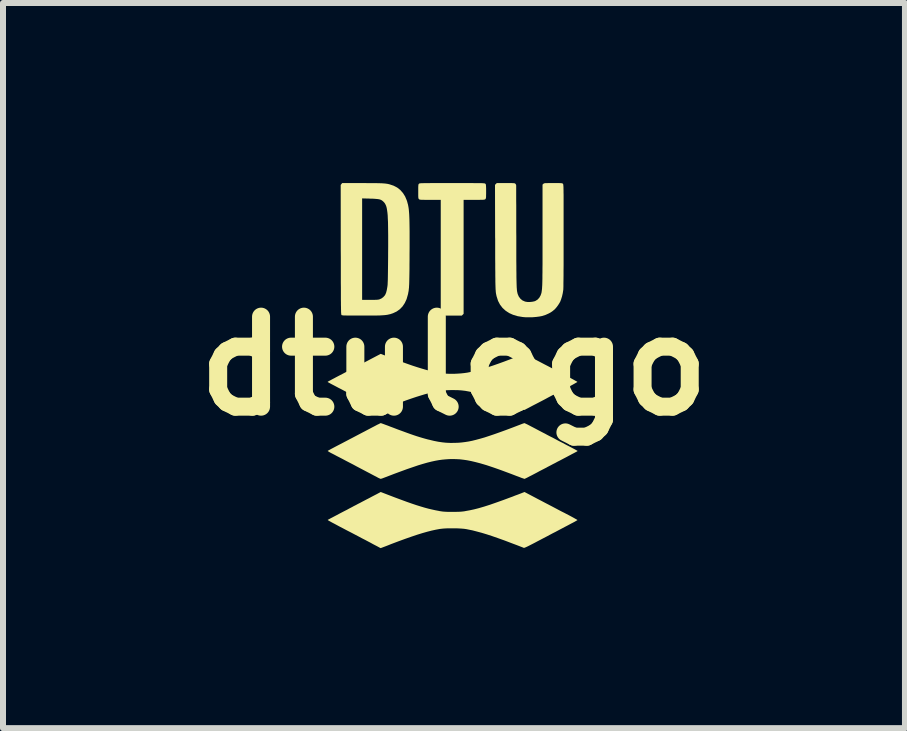
<source format=kicad_pcb>
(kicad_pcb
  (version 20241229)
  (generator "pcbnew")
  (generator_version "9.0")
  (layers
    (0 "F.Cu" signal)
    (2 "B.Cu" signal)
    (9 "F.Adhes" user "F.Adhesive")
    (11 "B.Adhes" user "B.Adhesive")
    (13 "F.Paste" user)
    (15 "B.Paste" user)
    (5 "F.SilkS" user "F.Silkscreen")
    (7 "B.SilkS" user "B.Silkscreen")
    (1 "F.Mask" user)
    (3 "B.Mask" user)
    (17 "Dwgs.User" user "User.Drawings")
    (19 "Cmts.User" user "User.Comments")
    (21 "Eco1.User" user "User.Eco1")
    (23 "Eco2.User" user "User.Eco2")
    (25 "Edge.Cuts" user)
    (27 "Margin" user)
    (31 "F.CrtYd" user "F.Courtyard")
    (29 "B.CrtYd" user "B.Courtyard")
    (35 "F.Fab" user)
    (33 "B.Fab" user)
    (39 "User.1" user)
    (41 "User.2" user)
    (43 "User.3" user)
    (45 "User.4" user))
  (footprint "dtulogo"
    (layer "F.Cu")
    (at 4.514 3.048)
    (property "Reference" "dtulogo" (at 0 0 0) (layer "F.SilkS") (effects (font (size 1.5 1.5) (thickness 0.3))))
    (attr board_only exclude_from_pos_files exclude_from_bom)
    (fp_poly (pts (xy 0.063 -3.048) (xy 0.144 -3.048) (xy 0.215 -3.048) (xy 0.276 -3.048) (xy 0.329 -3.047) (xy 0.373 -3.047) (xy 0.409 -3.047) (xy 0.439 -3.046) (xy 0.463 -3.046) (xy 0.482 -3.045) (xy 0.496 -3.044) (xy 0.506 -3.043) (xy 0.513 -3.042) (xy 0.518 -3.04) (xy 0.521 -3.038) (xy 0.523 -3.036) (xy 0.524 -3.036) (xy 0.528 -3.031) (xy 0.531 -3.025) (xy 0.533 -3.015) (xy 0.534 -3.001) (xy 0.535 -2.98) (xy 0.536 -2.951) (xy 0.536 -2.911) (xy 0.536 -2.908) (xy 0.536 -2.868) (xy 0.535 -2.838) (xy 0.535 -2.816) (xy 0.533 -2.801) (xy 0.531 -2.792) (xy 0.528 -2.785) (xy 0.524 -2.78) (xy 0.524 -2.78) (xy 0.52 -2.776) (xy 0.515 -2.774) (xy 0.507 -2.772) (xy 0.496 -2.77) (xy 0.479 -2.769) (xy 0.456 -2.769) (xy 0.425 -2.768) (xy 0.385 -2.768) (xy 0.336 -2.768) (xy 0.161 -2.768) (xy 0.161 -1.818) (xy 0.161 -0.869) (xy 0.146 -0.854) (xy 0.131 -0.839) (xy -0.032 -0.839) (xy -0.196 -0.839) (xy -0.208 -0.855) (xy -0.22 -0.871) (xy -0.22 -1.819) (xy -0.22 -2.768) (xy -0.396 -2.768) (xy -0.446 -2.768) (xy -0.486 -2.768) (xy -0.517 -2.769) (xy -0.54 -2.769) (xy -0.556 -2.77) (xy -0.567 -2.772) (xy -0.575 -2.774) (xy -0.58 -2.777) (xy -0.583 -2.78) (xy -0.587 -2.785) (xy -0.591 -2.791) (xy -0.593 -2.8) (xy -0.594 -2.815) (xy -0.595 -2.836) (xy -0.595 -2.865) (xy -0.595 -2.904) (xy -0.595 -2.908) (xy -0.595 -2.948) (xy -0.595 -2.978) (xy -0.594 -3) (xy -0.593 -3.014) (xy -0.591 -3.024) (xy -0.588 -3.031) (xy -0.584 -3.035) (xy -0.583 -3.036) (xy -0.581 -3.038) (xy -0.578 -3.04) (xy -0.574 -3.041) (xy -0.568 -3.043) (xy -0.558 -3.044) (xy -0.545 -3.045) (xy -0.528 -3.045) (xy -0.506 -3.046) (xy -0.478 -3.047) (xy -0.443 -3.047) (xy -0.401 -3.047) (xy -0.351 -3.048) (xy -0.292 -3.048) (xy -0.224 -3.048) (xy -0.146 -3.048) (xy -0.056 -3.048) (xy -0.03 -3.048)) (stroke (width 0) (type solid)) (fill yes) (layer "F.SilkS"))
    (fp_poly (pts (xy -1.531 -3.048) (xy -1.453 -3.047) (xy -1.385 -3.047) (xy -1.328 -3.047) (xy -1.279 -3.046) (xy -1.238 -3.045) (xy -1.203 -3.044) (xy -1.173 -3.042) (xy -1.148 -3.04) (xy -1.126 -3.037) (xy -1.106 -3.034) (xy -1.087 -3.03) (xy -1.072 -3.026) (xy -1.006 -3.004) (xy -0.946 -2.973) (xy -0.894 -2.932) (xy -0.85 -2.882) (xy -0.814 -2.825) (xy -0.787 -2.761) (xy -0.779 -2.737) (xy -0.773 -2.713) (xy -0.766 -2.689) (xy -0.761 -2.663) (xy -0.756 -2.635) (xy -0.752 -2.604) (xy -0.749 -2.569) (xy -0.746 -2.53) (xy -0.744 -2.486) (xy -0.742 -2.435) (xy -0.741 -2.378) (xy -0.74 -2.314) (xy -0.739 -2.242) (xy -0.739 -2.16) (xy -0.739 -2.069) (xy -0.739 -1.967) (xy -0.74 -1.869) (xy -0.74 -1.773) (xy -0.741 -1.689) (xy -0.741 -1.614) (xy -0.742 -1.549) (xy -0.743 -1.492) (xy -0.744 -1.443) (xy -0.745 -1.401) (xy -0.746 -1.364) (xy -0.748 -1.333) (xy -0.749 -1.306) (xy -0.752 -1.282) (xy -0.754 -1.26) (xy -0.757 -1.241) (xy -0.761 -1.222) (xy -0.764 -1.203) (xy -0.768 -1.188) (xy -0.789 -1.114) (xy -0.819 -1.049) (xy -0.856 -0.993) (xy -0.901 -0.946) (xy -0.954 -0.908) (xy -1.015 -0.879) (xy -1.063 -0.863) (xy -1.083 -0.859) (xy -1.103 -0.854) (xy -1.123 -0.851) (xy -1.145 -0.848) (xy -1.17 -0.846) (xy -1.199 -0.844) (xy -1.234 -0.842) (xy -1.274 -0.841) (xy -1.322 -0.84) (xy -1.379 -0.84) (xy -1.445 -0.84) (xy -1.522 -0.84) (xy -1.53 -0.84) (xy -1.603 -0.84) (xy -1.665 -0.84) (xy -1.717 -0.84) (xy -1.759 -0.84) (xy -1.794 -0.841) (xy -1.82 -0.841) (xy -1.84 -0.842) (xy -1.855 -0.844) (xy -1.865 -0.845) (xy -1.871 -0.847) (xy -1.872 -0.848) (xy -1.874 -0.849) (xy -1.875 -0.851) (xy -1.876 -0.854) (xy -1.877 -0.859) (xy -1.878 -0.865) (xy -1.879 -0.875) (xy -1.88 -0.888) (xy -1.881 -0.904) (xy -1.881 -0.925) (xy -1.882 -0.95) (xy -1.882 -0.981) (xy -1.883 -1.018) (xy -1.883 -1.06) (xy -1.884 -1.11) (xy -1.884 -1.167) (xy -1.884 -1.232) (xy -1.884 -1.305) (xy -1.885 -1.387) (xy -1.885 -1.478) (xy -1.885 -1.579) (xy -1.885 -1.691) (xy -1.885 -1.813) (xy -1.886 -1.936) (xy -1.886 -1.947) (xy -1.53 -1.947) (xy -1.53 -1.101) (xy -1.4 -1.101) (xy -1.353 -1.101) (xy -1.315 -1.102) (xy -1.287 -1.103) (xy -1.265 -1.105) (xy -1.248 -1.108) (xy -1.239 -1.111) (xy -1.208 -1.125) (xy -1.179 -1.146) (xy -1.154 -1.173) (xy -1.143 -1.191) (xy -1.13 -1.222) (xy -1.119 -1.265) (xy -1.11 -1.317) (xy -1.107 -1.339) (xy -1.105 -1.359) (xy -1.104 -1.39) (xy -1.102 -1.432) (xy -1.101 -1.487) (xy -1.1 -1.553) (xy -1.099 -1.631) (xy -1.098 -1.721) (xy -1.097 -1.822) (xy -1.097 -1.869) (xy -1.096 -1.984) (xy -1.096 -2.087) (xy -1.096 -2.18) (xy -1.097 -2.263) (xy -1.098 -2.337) (xy -1.099 -2.401) (xy -1.102 -2.458) (xy -1.104 -2.508) (xy -1.108 -2.551) (xy -1.113 -2.588) (xy -1.118 -2.62) (xy -1.124 -2.647) (xy -1.131 -2.669) (xy -1.14 -2.689) (xy -1.149 -2.706) (xy -1.159 -2.72) (xy -1.171 -2.733) (xy -1.179 -2.741) (xy -1.193 -2.753) (xy -1.208 -2.763) (xy -1.225 -2.771) (xy -1.245 -2.777) (xy -1.271 -2.781) (xy -1.303 -2.784) (xy -1.344 -2.787) (xy -1.395 -2.788) (xy -1.4 -2.789) (xy -1.53 -2.792) (xy -1.53 -1.947) (xy -1.886 -1.947) (xy -1.887 -3.016) (xy -1.875 -3.032) (xy -1.862 -3.048)) (stroke (width 0) (type solid)) (fill yes) (layer "F.SilkS"))
    (fp_poly (pts (xy 1.398 -0.085) (xy 1.497 -0.033) (xy 1.586 0.013) (xy 1.666 0.055) (xy 1.736 0.092) (xy 1.798 0.125) (xy 1.852 0.153) (xy 1.898 0.177) (xy 1.937 0.198) (xy 1.97 0.216) (xy 1.996 0.23) (xy 2.017 0.242) (xy 2.033 0.251) (xy 2.045 0.257) (xy 2.052 0.262) (xy 2.056 0.265) (xy 2.057 0.266) (xy 2.052 0.27) (xy 2.037 0.278) (xy 2.015 0.291) (xy 1.987 0.307) (xy 1.954 0.325) (xy 1.923 0.341) (xy 1.889 0.359) (xy 1.847 0.381) (xy 1.797 0.407) (xy 1.743 0.435) (xy 1.685 0.465) (xy 1.626 0.496) (xy 1.567 0.527) (xy 1.527 0.549) (xy 1.474 0.577) (xy 1.422 0.604) (xy 1.374 0.629) (xy 1.329 0.652) (xy 1.291 0.672) (xy 1.259 0.689) (xy 1.235 0.702) (xy 1.221 0.709) (xy 1.22 0.709) (xy 1.176 0.733) (xy 1.042 0.681) (xy 0.921 0.635) (xy 0.811 0.594) (xy 0.709 0.558) (xy 0.616 0.526) (xy 0.531 0.499) (xy 0.452 0.475) (xy 0.378 0.455) (xy 0.31 0.438) (xy 0.246 0.425) (xy 0.186 0.414) (xy 0.176 0.413) (xy 0.126 0.407) (xy 0.069 0.403) (xy 0.007 0.402) (xy -0.057 0.402) (xy -0.119 0.404) (xy -0.176 0.408) (xy -0.226 0.413) (xy -0.239 0.415) (xy -0.298 0.426) (xy -0.357 0.439) (xy -0.419 0.454) (xy -0.484 0.471) (xy -0.553 0.492) (xy -0.627 0.515) (xy -0.708 0.542) (xy -0.794 0.572) (xy -0.889 0.607) (xy -0.992 0.645) (xy -1.105 0.688) (xy -1.155 0.708) (xy -1.18 0.717) (xy -1.201 0.725) (xy -1.215 0.73) (xy -1.22 0.732) (xy -1.226 0.729) (xy -1.241 0.722) (xy -1.263 0.71) (xy -1.291 0.696) (xy -1.323 0.679) (xy -1.333 0.674) (xy -1.374 0.652) (xy -1.419 0.629) (xy -1.464 0.605) (xy -1.505 0.584) (xy -1.533 0.569) (xy -1.561 0.554) (xy -1.598 0.535) (xy -1.641 0.512) (xy -1.688 0.488) (xy -1.736 0.462) (xy -1.783 0.438) (xy -1.792 0.433) (xy -1.837 0.409) (xy -1.882 0.385) (xy -1.926 0.363) (xy -1.965 0.342) (xy -1.999 0.324) (xy -2.024 0.311) (xy -2.03 0.308) (xy -2.056 0.294) (xy -2.078 0.282) (xy -2.094 0.273) (xy -2.103 0.268) (xy -2.103 0.268) (xy -2.104 0.267) (xy -2.105 0.266) (xy -2.104 0.265) (xy -2.101 0.262) (xy -2.096 0.259) (xy -2.087 0.253) (xy -2.073 0.246) (xy -2.054 0.236) (xy -2.029 0.222) (xy -1.998 0.206) (xy -1.959 0.185) (xy -1.911 0.16) (xy -1.855 0.131) (xy -1.798 0.101) (xy -1.739 0.07) (xy -1.678 0.038) (xy -1.616 0.006) (xy -1.555 -0.026) (xy -1.497 -0.057) (xy -1.444 -0.084) (xy -1.399 -0.108) (xy -1.382 -0.117) (xy -1.22 -0.202) (xy -1.111 -0.16) (xy -0.994 -0.115) (xy -0.886 -0.075) (xy -0.787 -0.039) (xy -0.696 -0.007) (xy -0.613 0.02) (xy -0.535 0.044) (xy -0.463 0.065) (xy -0.396 0.082) (xy -0.332 0.097) (xy -0.27 0.109) (xy -0.211 0.119) (xy -0.165 0.125) (xy -0.119 0.129) (xy -0.064 0.131) (xy -0.005 0.131) (xy 0.057 0.128) (xy 0.118 0.124) (xy 0.174 0.118) (xy 0.223 0.111) (xy 0.223 0.111) (xy 0.286 0.098) (xy 0.351 0.083) (xy 0.417 0.066) (xy 0.488 0.045) (xy 0.563 0.022) (xy 0.645 -0.005) (xy 0.734 -0.036) (xy 0.831 -0.071) (xy 0.921 -0.105) (xy 0.966 -0.122) (xy 1.01 -0.138) (xy 1.05 -0.154) (xy 1.085 -0.167) (xy 1.113 -0.178) (xy 1.132 -0.185) (xy 1.137 -0.187) (xy 1.175 -0.202)) (stroke (width 0) (type solid)) (fill yes) (layer "F.SilkS"))
    (fp_poly (pts (xy -1.088 2.151) (xy -0.978 2.193) (xy -0.878 2.23) (xy -0.786 2.264) (xy -0.703 2.293) (xy -0.626 2.319) (xy -0.555 2.341) (xy -0.488 2.361) (xy -0.425 2.378) (xy -0.365 2.392) (xy -0.306 2.405) (xy -0.247 2.416) (xy -0.241 2.418) (xy -0.213 2.422) (xy -0.186 2.426) (xy -0.159 2.428) (xy -0.129 2.43) (xy -0.093 2.431) (xy -0.049 2.431) (xy -0.027 2.431) (xy 0.024 2.431) (xy 0.066 2.43) (xy 0.102 2.429) (xy 0.136 2.426) (xy 0.17 2.422) (xy 0.207 2.415) (xy 0.251 2.407) (xy 0.268 2.404) (xy 0.337 2.389) (xy 0.415 2.369) (xy 0.504 2.343) (xy 0.601 2.312) (xy 0.707 2.275) (xy 0.822 2.234) (xy 0.932 2.193) (xy 0.976 2.177) (xy 1.018 2.16) (xy 1.057 2.146) (xy 1.091 2.133) (xy 1.117 2.123) (xy 1.135 2.116) (xy 1.137 2.115) (xy 1.176 2.1) (xy 1.36 2.197) (xy 1.407 2.222) (xy 1.454 2.246) (xy 1.499 2.27) (xy 1.541 2.292) (xy 1.576 2.31) (xy 1.604 2.325) (xy 1.616 2.331) (xy 1.639 2.343) (xy 1.671 2.36) (xy 1.709 2.38) (xy 1.752 2.403) (xy 1.798 2.427) (xy 1.846 2.451) (xy 1.874 2.466) (xy 1.917 2.488) (xy 1.956 2.509) (xy 1.991 2.528) (xy 2.019 2.544) (xy 2.041 2.556) (xy 2.054 2.564) (xy 2.058 2.568) (xy 2.052 2.572) (xy 2.038 2.58) (xy 2.016 2.593) (xy 1.988 2.608) (xy 1.955 2.625) (xy 1.94 2.633) (xy 1.899 2.655) (xy 1.851 2.68) (xy 1.8 2.707) (xy 1.749 2.734) (xy 1.702 2.759) (xy 1.691 2.765) (xy 1.651 2.785) (xy 1.604 2.81) (xy 1.552 2.838) (xy 1.496 2.867) (xy 1.441 2.896) (xy 1.387 2.924) (xy 1.365 2.936) (xy 1.313 2.963) (xy 1.27 2.985) (xy 1.235 3.003) (xy 1.209 3.015) (xy 1.189 3.024) (xy 1.176 3.029) (xy 1.167 3.031) (xy 1.163 3.031) (xy 1.155 3.027) (xy 1.137 3.02) (xy 1.111 3.01) (xy 1.078 2.997) (xy 1.039 2.982) (xy 0.996 2.966) (xy 0.964 2.954) (xy 0.846 2.909) (xy 0.737 2.87) (xy 0.637 2.835) (xy 0.545 2.805) (xy 0.459 2.779) (xy 0.38 2.758) (xy 0.307 2.739) (xy 0.237 2.725) (xy 0.208 2.719) (xy 0.167 2.713) (xy 0.116 2.709) (xy 0.059 2.706) (xy -0.001 2.705) (xy -0.062 2.705) (xy -0.121 2.706) (xy -0.175 2.709) (xy -0.221 2.714) (xy -0.237 2.716) (xy -0.302 2.728) (xy -0.371 2.743) (xy -0.445 2.762) (xy -0.526 2.785) (xy -0.613 2.812) (xy -0.708 2.844) (xy -0.811 2.88) (xy -0.923 2.921) (xy -1.045 2.967) (xy -1.097 2.988) (xy -1.133 3.002) (xy -1.165 3.014) (xy -1.191 3.024) (xy -1.21 3.031) (xy -1.221 3.035) (xy -1.222 3.035) (xy -1.228 3.032) (xy -1.242 3.025) (xy -1.262 3.014) (xy -1.288 3) (xy -1.298 2.995) (xy -1.346 2.97) (xy -1.391 2.945) (xy -1.437 2.921) (xy -1.484 2.896) (xy -1.535 2.87) (xy -1.591 2.84) (xy -1.654 2.807) (xy -1.711 2.777) (xy -1.787 2.738) (xy -1.853 2.703) (xy -1.909 2.674) (xy -1.957 2.648) (xy -1.996 2.627) (xy -2.029 2.61) (xy -2.054 2.596) (xy -2.074 2.585) (xy -2.088 2.577) (xy -2.097 2.571) (xy -2.102 2.567) (xy -2.103 2.565) (xy -2.103 2.565) (xy -2.097 2.561) (xy -2.081 2.553) (xy -2.058 2.54) (xy -2.027 2.524) (xy -1.991 2.505) (xy -1.951 2.484) (xy -1.914 2.464) (xy -1.868 2.44) (xy -1.824 2.417) (xy -1.782 2.396) (xy -1.746 2.376) (xy -1.715 2.36) (xy -1.692 2.348) (xy -1.682 2.342) (xy -1.663 2.332) (xy -1.635 2.318) (xy -1.602 2.3) (xy -1.564 2.281) (xy -1.525 2.26) (xy -1.5 2.247) (xy -1.458 2.225) (xy -1.415 2.203) (xy -1.374 2.181) (xy -1.336 2.161) (xy -1.305 2.145) (xy -1.293 2.139) (xy -1.22 2.1)) (stroke (width 0) (type solid)) (fill yes) (layer "F.SilkS"))
    (fp_poly (pts (xy 0.909 -3.048) (xy 0.945 -3.048) (xy 0.971 -3.047) (xy 0.991 -3.046) (xy 1.004 -3.045) (xy 1.013 -3.043) (xy 1.019 -3.04) (xy 1.023 -3.037) (xy 1.024 -3.036) (xy 1.033 -3.023) (xy 1.036 -3.014) (xy 1.037 -3.006) (xy 1.037 -2.988) (xy 1.037 -2.959) (xy 1.037 -2.921) (xy 1.037 -2.873) (xy 1.037 -2.816) (xy 1.037 -2.752) (xy 1.038 -2.681) (xy 1.038 -2.603) (xy 1.038 -2.519) (xy 1.038 -2.431) (xy 1.038 -2.338) (xy 1.038 -2.241) (xy 1.039 -2.161) (xy 1.039 -2.041) (xy 1.039 -1.932) (xy 1.039 -1.834) (xy 1.039 -1.746) (xy 1.04 -1.667) (xy 1.04 -1.598) (xy 1.041 -1.536) (xy 1.041 -1.482) (xy 1.042 -1.435) (xy 1.043 -1.395) (xy 1.044 -1.36) (xy 1.045 -1.33) (xy 1.046 -1.305) (xy 1.048 -1.284) (xy 1.049 -1.266) (xy 1.051 -1.25) (xy 1.053 -1.237) (xy 1.056 -1.225) (xy 1.058 -1.214) (xy 1.061 -1.204) (xy 1.062 -1.199) (xy 1.08 -1.157) (xy 1.107 -1.121) (xy 1.14 -1.093) (xy 1.18 -1.075) (xy 1.193 -1.071) (xy 1.227 -1.066) (xy 1.266 -1.066) (xy 1.305 -1.07) (xy 1.339 -1.077) (xy 1.356 -1.083) (xy 1.392 -1.105) (xy 1.422 -1.137) (xy 1.444 -1.176) (xy 1.458 -1.217) (xy 1.46 -1.229) (xy 1.462 -1.242) (xy 1.464 -1.257) (xy 1.466 -1.273) (xy 1.468 -1.293) (xy 1.469 -1.316) (xy 1.471 -1.344) (xy 1.472 -1.376) (xy 1.473 -1.413) (xy 1.474 -1.457) (xy 1.474 -1.506) (xy 1.475 -1.563) (xy 1.475 -1.628) (xy 1.476 -1.701) (xy 1.476 -1.784) (xy 1.476 -1.875) (xy 1.476 -1.977) (xy 1.476 -2.09) (xy 1.476 -2.191) (xy 1.476 -3.022) (xy 1.49 -3.035) (xy 1.495 -3.039) (xy 1.5 -3.042) (xy 1.508 -3.044) (xy 1.519 -3.046) (xy 1.536 -3.047) (xy 1.559 -3.047) (xy 1.591 -3.048) (xy 1.632 -3.048) (xy 1.654 -3.048) (xy 1.7 -3.048) (xy 1.736 -3.048) (xy 1.763 -3.047) (xy 1.782 -3.046) (xy 1.796 -3.045) (xy 1.804 -3.043) (xy 1.81 -3.04) (xy 1.815 -3.037) (xy 1.816 -3.036) (xy 1.817 -3.034) (xy 1.819 -3.032) (xy 1.82 -3.028) (xy 1.821 -3.023) (xy 1.822 -3.016) (xy 1.823 -3.005) (xy 1.824 -2.992) (xy 1.825 -2.974) (xy 1.825 -2.952) (xy 1.826 -2.924) (xy 1.826 -2.891) (xy 1.827 -2.851) (xy 1.827 -2.805) (xy 1.827 -2.75) (xy 1.827 -2.688) (xy 1.827 -2.617) (xy 1.827 -2.537) (xy 1.827 -2.447) (xy 1.827 -2.347) (xy 1.827 -2.235) (xy 1.827 -2.172) (xy 1.827 -2.032) (xy 1.827 -1.904) (xy 1.827 -1.787) (xy 1.827 -1.682) (xy 1.826 -1.588) (xy 1.826 -1.506) (xy 1.825 -1.436) (xy 1.824 -1.377) (xy 1.824 -1.33) (xy 1.823 -1.296) (xy 1.822 -1.272) (xy 1.821 -1.264) (xy 1.813 -1.213) (xy 1.801 -1.16) (xy 1.785 -1.109) (xy 1.771 -1.072) (xy 1.755 -1.044) (xy 1.734 -1.011) (xy 1.71 -0.979) (xy 1.685 -0.95) (xy 1.675 -0.94) (xy 1.634 -0.907) (xy 1.584 -0.877) (xy 1.529 -0.852) (xy 1.471 -0.833) (xy 1.425 -0.824) (xy 1.37 -0.817) (xy 1.31 -0.812) (xy 1.248 -0.811) (xy 1.189 -0.812) (xy 1.143 -0.816) (xy 1.06 -0.83) (xy 0.984 -0.853) (xy 0.917 -0.883) (xy 0.859 -0.922) (xy 0.809 -0.968) (xy 0.767 -1.023) (xy 0.735 -1.084) (xy 0.713 -1.153) (xy 0.712 -1.155) (xy 0.709 -1.168) (xy 0.706 -1.18) (xy 0.704 -1.192) (xy 0.701 -1.205) (xy 0.699 -1.219) (xy 0.697 -1.235) (xy 0.696 -1.253) (xy 0.694 -1.275) (xy 0.693 -1.3) (xy 0.692 -1.33) (xy 0.691 -1.364) (xy 0.69 -1.404) (xy 0.69 -1.45) (xy 0.689 -1.503) (xy 0.689 -1.564) (xy 0.688 -1.632) (xy 0.688 -1.709) (xy 0.687 -1.796) (xy 0.687 -1.892) (xy 0.687 -1.999) (xy 0.687 -2.117) (xy 0.686 -2.144) (xy 0.684 -3.018) (xy 0.699 -3.033) (xy 0.714 -3.048) (xy 0.863 -3.048)) (stroke (width 0) (type solid)) (fill yes) (layer "F.SilkS"))
    (fp_poly (pts (xy 1.182 0.955) (xy 1.198 0.963) (xy 1.222 0.974) (xy 1.251 0.989) (xy 1.285 1.007) (xy 1.316 1.023) (xy 1.358 1.045) (xy 1.403 1.069) (xy 1.447 1.092) (xy 1.487 1.113) (xy 1.521 1.13) (xy 1.533 1.137) (xy 1.565 1.154) (xy 1.605 1.175) (xy 1.649 1.197) (xy 1.692 1.22) (xy 1.729 1.24) (xy 1.767 1.26) (xy 1.807 1.28) (xy 1.844 1.3) (xy 1.876 1.317) (xy 1.901 1.33) (xy 1.902 1.33) (xy 1.947 1.354) (xy 1.983 1.373) (xy 2.01 1.387) (xy 2.03 1.398) (xy 2.044 1.406) (xy 2.053 1.411) (xy 2.058 1.414) (xy 2.06 1.416) (xy 2.06 1.417) (xy 2.055 1.421) (xy 2.042 1.429) (xy 2.023 1.439) (xy 2.013 1.444) (xy 2.001 1.451) (xy 1.989 1.457) (xy 1.975 1.464) (xy 1.96 1.472) (xy 1.942 1.482) (xy 1.919 1.494) (xy 1.891 1.509) (xy 1.857 1.527) (xy 1.815 1.549) (xy 1.764 1.576) (xy 1.726 1.595) (xy 1.688 1.616) (xy 1.648 1.636) (xy 1.611 1.656) (xy 1.578 1.673) (xy 1.553 1.686) (xy 1.551 1.688) (xy 1.522 1.703) (xy 1.487 1.721) (xy 1.45 1.74) (xy 1.415 1.758) (xy 1.414 1.759) (xy 1.377 1.779) (xy 1.335 1.801) (xy 1.293 1.823) (xy 1.259 1.84) (xy 1.231 1.855) (xy 1.207 1.867) (xy 1.188 1.876) (xy 1.177 1.881) (xy 1.175 1.881) (xy 1.168 1.879) (xy 1.151 1.873) (xy 1.126 1.865) (xy 1.096 1.853) (xy 1.062 1.84) (xy 1.05 1.836) (xy 0.954 1.799) (xy 0.868 1.767) (xy 0.79 1.738) (xy 0.72 1.713) (xy 0.657 1.691) (xy 0.6 1.672) (xy 0.546 1.654) (xy 0.496 1.639) (xy 0.448 1.625) (xy 0.438 1.622) (xy 0.357 1.601) (xy 0.285 1.584) (xy 0.218 1.571) (xy 0.155 1.562) (xy 0.094 1.555) (xy 0.03 1.552) (xy -0.027 1.551) (xy -0.082 1.552) (xy -0.138 1.556) (xy -0.194 1.561) (xy -0.252 1.569) (xy -0.313 1.58) (xy -0.377 1.594) (xy -0.445 1.611) (xy -0.519 1.632) (xy -0.598 1.656) (xy -0.683 1.685) (xy -0.777 1.717) (xy -0.878 1.754) (xy -0.989 1.795) (xy -1.109 1.841) (xy -1.11 1.842) (xy -1.143 1.854) (xy -1.172 1.865) (xy -1.196 1.874) (xy -1.213 1.879) (xy -1.22 1.881) (xy -1.229 1.878) (xy -1.246 1.871) (xy -1.267 1.861) (xy -1.277 1.855) (xy -1.295 1.845) (xy -1.323 1.831) (xy -1.359 1.812) (xy -1.402 1.789) (xy -1.45 1.764) (xy -1.503 1.736) (xy -1.56 1.706) (xy -1.619 1.675) (xy -1.678 1.643) (xy -1.738 1.612) (xy -1.796 1.582) (xy -1.852 1.552) (xy -1.904 1.525) (xy -1.951 1.501) (xy -1.992 1.479) (xy -2.025 1.462) (xy -2.043 1.453) (xy -2.067 1.44) (xy -2.087 1.428) (xy -2.099 1.42) (xy -2.104 1.416) (xy -2.104 1.416) (xy -2.102 1.414) (xy -2.099 1.412) (xy -2.092 1.408) (xy -2.082 1.402) (xy -2.068 1.395) (xy -2.049 1.384) (xy -2.024 1.371) (xy -1.994 1.355) (xy -1.956 1.335) (xy -1.91 1.311) (xy -1.856 1.283) (xy -1.793 1.25) (xy -1.721 1.212) (xy -1.705 1.204) (xy -1.65 1.175) (xy -1.593 1.145) (xy -1.538 1.116) (xy -1.484 1.088) (xy -1.435 1.062) (xy -1.393 1.04) (xy -1.357 1.021) (xy -1.341 1.013) (xy -1.307 0.995) (xy -1.277 0.979) (xy -1.251 0.967) (xy -1.232 0.957) (xy -1.222 0.953) (xy -1.22 0.952) (xy -1.213 0.954) (xy -1.196 0.96) (xy -1.171 0.969) (xy -1.139 0.981) (xy -1.1 0.995) (xy -1.057 1.012) (xy -1.019 1.026) (xy -0.933 1.059) (xy -0.856 1.087) (xy -0.788 1.112) (xy -0.727 1.134) (xy -0.672 1.153) (xy -0.621 1.17) (xy -0.573 1.185) (xy -0.526 1.199) (xy -0.48 1.212) (xy -0.432 1.225) (xy -0.413 1.229) (xy -0.335 1.248) (xy -0.265 1.262) (xy -0.198 1.272) (xy -0.133 1.279) (xy -0.065 1.282) (xy -0.027 1.282) (xy 0.027 1.281) (xy 0.081 1.279) (xy 0.135 1.274) (xy 0.19 1.267) (xy 0.247 1.258) (xy 0.306 1.246) (xy 0.37 1.23) (xy 0.437 1.212) (xy 0.51 1.191) (xy 0.589 1.165) (xy 0.675 1.136) (xy 0.768 1.103) (xy 0.87 1.066) (xy 0.982 1.024) (xy 1.073 0.989) (xy 1.105 0.977) (xy 1.133 0.966) (xy 1.155 0.958) (xy 1.17 0.954) (xy 1.175 0.952)) (stroke (width 0) (type solid)) (fill yes) (layer "F.SilkS")))
  (gr_rect
    (start -3 -3)
    (end 12.029 9.083)
    (stroke (width 0.1) (type default))
    (fill no)
    (layer "Edge.Cuts")))
</source>
